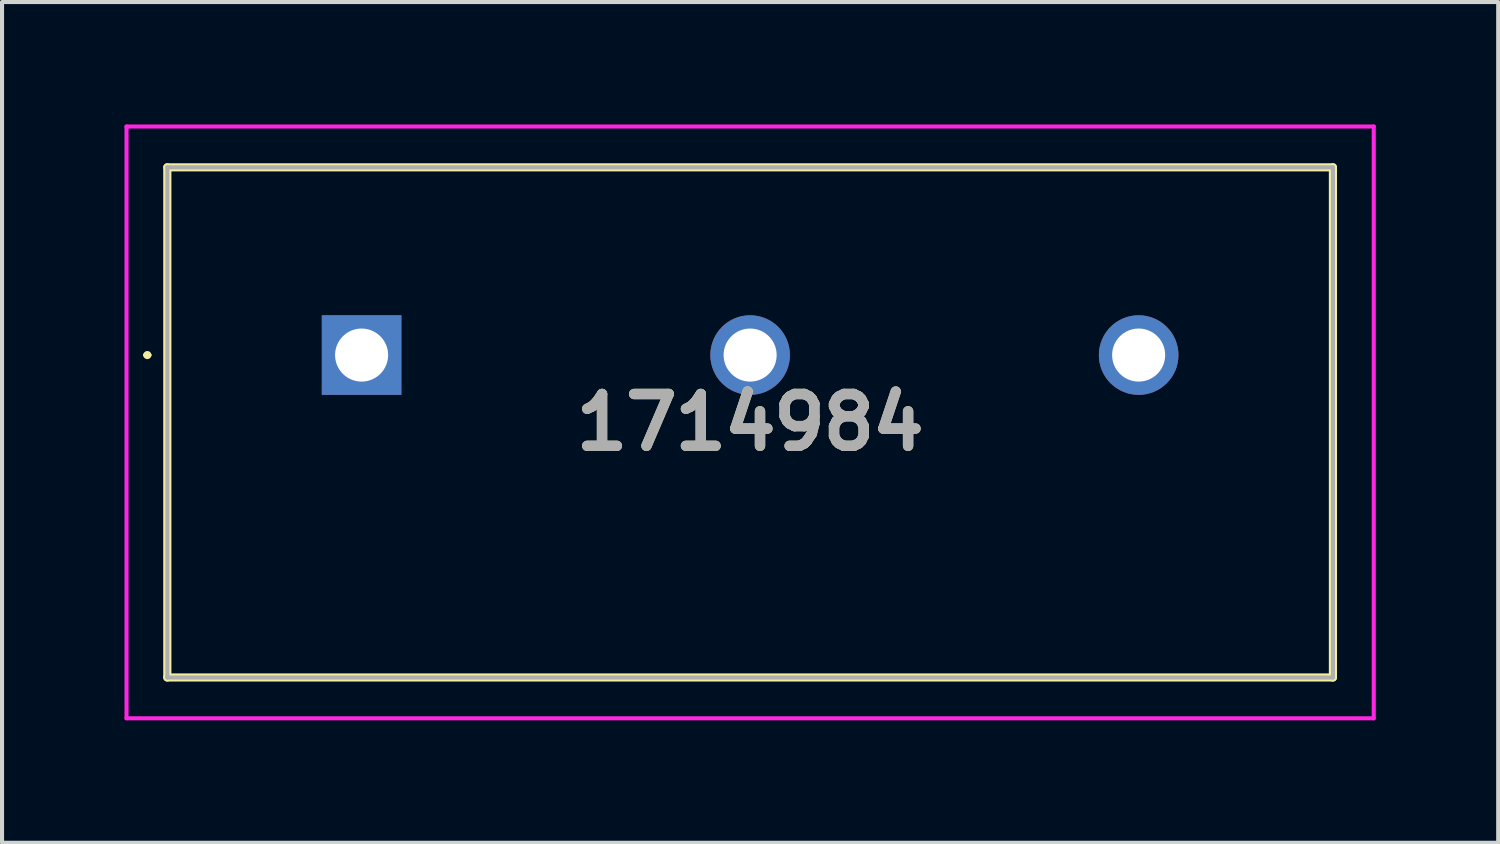
<source format=kicad_pcb>
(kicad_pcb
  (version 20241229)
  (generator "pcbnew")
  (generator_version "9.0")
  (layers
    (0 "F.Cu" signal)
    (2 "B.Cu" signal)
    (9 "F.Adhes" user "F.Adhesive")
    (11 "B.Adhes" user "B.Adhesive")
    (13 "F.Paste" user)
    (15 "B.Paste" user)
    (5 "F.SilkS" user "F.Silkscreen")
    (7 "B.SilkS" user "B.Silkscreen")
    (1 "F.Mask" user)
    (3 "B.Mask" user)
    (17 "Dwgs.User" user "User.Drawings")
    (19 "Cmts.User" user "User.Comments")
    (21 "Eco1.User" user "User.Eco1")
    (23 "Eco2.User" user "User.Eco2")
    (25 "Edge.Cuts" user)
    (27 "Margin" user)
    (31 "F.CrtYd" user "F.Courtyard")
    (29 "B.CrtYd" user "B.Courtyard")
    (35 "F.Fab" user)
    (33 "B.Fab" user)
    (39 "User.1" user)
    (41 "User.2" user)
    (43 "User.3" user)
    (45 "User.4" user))
  (footprint "1714984"
    (layer "F.Cu")
    (at 5.81 5.65)
    (property "Reference" "1714984" (at 9.52 1.65 0) (layer "F.SilkS") (effects (font (size 1.27 1.27) (thickness 0.254))))
    (attr through_hole)
    (fp_line (start -5.3 0) (end -5.3 0) (stroke (width 0.1) (type solid)) (layer "F.SilkS"))
    (fp_line (start -5.2 0) (end -5.2 0) (stroke (width 0.1) (type solid)) (layer "F.SilkS"))
    (fp_line (start -4.76 -4.6) (end 23.8 -4.6) (stroke (width 0.2) (type solid)) (layer "F.SilkS"))
    (fp_line (start -4.76 7.9) (end -4.76 -4.6) (stroke (width 0.2) (type solid)) (layer "F.SilkS"))
    (fp_line (start 23.8 -4.6) (end 23.8 7.9) (stroke (width 0.2) (type solid)) (layer "F.SilkS"))
    (fp_line (start 23.8 7.9) (end -4.76 7.9) (stroke (width 0.2) (type solid)) (layer "F.SilkS"))
    (fp_arc (start -5.3 0) (mid -5.25 -0.05) (end -5.2 0) (stroke (width 0.1) (type solid)) (layer "F.SilkS"))
    (fp_arc (start -5.2 0) (mid -5.25 0.05) (end -5.3 0) (stroke (width 0.1) (type solid)) (layer "F.SilkS"))
    (fp_line (start -5.76 -5.6) (end 24.8 -5.6) (stroke (width 0.1) (type solid)) (layer "F.CrtYd"))
    (fp_line (start -5.76 8.9) (end -5.76 -5.6) (stroke (width 0.1) (type solid)) (layer "F.CrtYd"))
    (fp_line (start 24.8 -5.6) (end 24.8 8.9) (stroke (width 0.1) (type solid)) (layer "F.CrtYd"))
    (fp_line (start 24.8 8.9) (end -5.76 8.9) (stroke (width 0.1) (type solid)) (layer "F.CrtYd"))
    (fp_line (start -4.76 -4.6) (end -4.76 7.9) (stroke (width 0.1) (type solid)) (layer "F.Fab"))
    (fp_line (start -4.76 7.9) (end 23.8 7.9) (stroke (width 0.1) (type solid)) (layer "F.Fab"))
    (fp_line (start 23.8 -4.6) (end -4.76 -4.6) (stroke (width 0.1) (type solid)) (layer "F.Fab"))
    (fp_line (start 23.8 7.9) (end 23.8 -4.6) (stroke (width 0.1) (type solid)) (layer "F.Fab"))
    (fp_text user "${REFERENCE}" (at 9.52 1.65 0) (layer "F.Fab") (effects (font (size 1.27 1.27) (thickness 0.254))))
    (pad "1" thru_hole rect (at 0 0) (size 1.95 1.95) (drill 1.3) (layers "*.Cu" "*.Mask"))
    (pad "2" thru_hole circle (at 9.52 0) (size 1.95 1.95) (drill 1.3) (layers "*.Cu" "*.Mask"))
    (pad "3" thru_hole circle (at 19.04 0) (size 1.95 1.95) (drill 1.3) (layers "*.Cu" "*.Mask")))
  (gr_rect
    (start -3 -3)
    (end 33.66 17.6)
    (stroke (width 0.1) (type default))
    (fill no)
    (layer "Edge.Cuts")))
</source>
